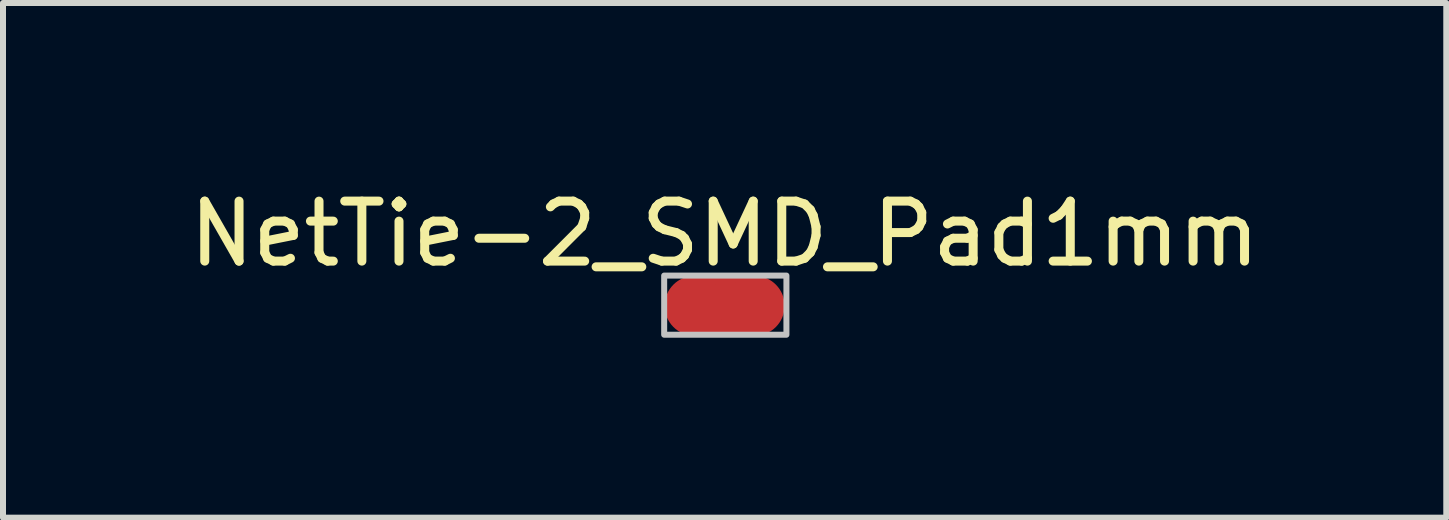
<source format=kicad_pcb>
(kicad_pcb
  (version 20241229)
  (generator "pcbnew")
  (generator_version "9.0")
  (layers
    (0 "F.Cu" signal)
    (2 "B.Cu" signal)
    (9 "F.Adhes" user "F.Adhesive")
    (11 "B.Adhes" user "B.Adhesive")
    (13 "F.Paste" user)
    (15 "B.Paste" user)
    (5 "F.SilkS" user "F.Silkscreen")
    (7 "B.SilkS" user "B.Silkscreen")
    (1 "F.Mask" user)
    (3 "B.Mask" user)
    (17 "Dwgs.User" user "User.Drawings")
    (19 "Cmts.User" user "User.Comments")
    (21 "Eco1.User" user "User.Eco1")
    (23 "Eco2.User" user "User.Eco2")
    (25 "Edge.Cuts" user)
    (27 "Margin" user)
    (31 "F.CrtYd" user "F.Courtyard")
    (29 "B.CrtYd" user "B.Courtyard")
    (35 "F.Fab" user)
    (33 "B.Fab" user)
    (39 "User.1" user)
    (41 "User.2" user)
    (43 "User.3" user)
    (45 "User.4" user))
  (footprint "NetTie-2_SMD_Pad1mm"
    (layer "F.Cu")
    (at 9.03 2.048)
    (property "Reference" "NetTie-2_SMD_Pad1mm" (at 0 -1.2 0) (layer "F.SilkS") (effects (font (size 1 1) (thickness 0.15))))
    (attr exclude_from_pos_files exclude_from_bom allow_missing_courtyard)
    (fp_poly (pts (xy -0.5 -0.5) (xy 0.5 -0.5) (xy 0.5 0.5) (xy -0.5 0.5)) (stroke (width 0) (type solid)) (fill yes) (layer "F.Cu"))
    (fp_rect (start -1.008 -0.504) (end 1.03 0.482) (stroke (width 0.1) (type default)) (fill no) (layer "Dwgs.User"))
    (pad "1" smd circle (at -0.5 0) (size 1 1) (layers "F.Cu"))
    (pad "2" smd circle (at 0.5 0) (size 1 1) (layers "F.Cu")))
  (gr_rect
    (start -3 -3)
    (end 21.06 5.58)
    (stroke (width 0.1) (type default))
    (fill no)
    (layer "Edge.Cuts")))
</source>
